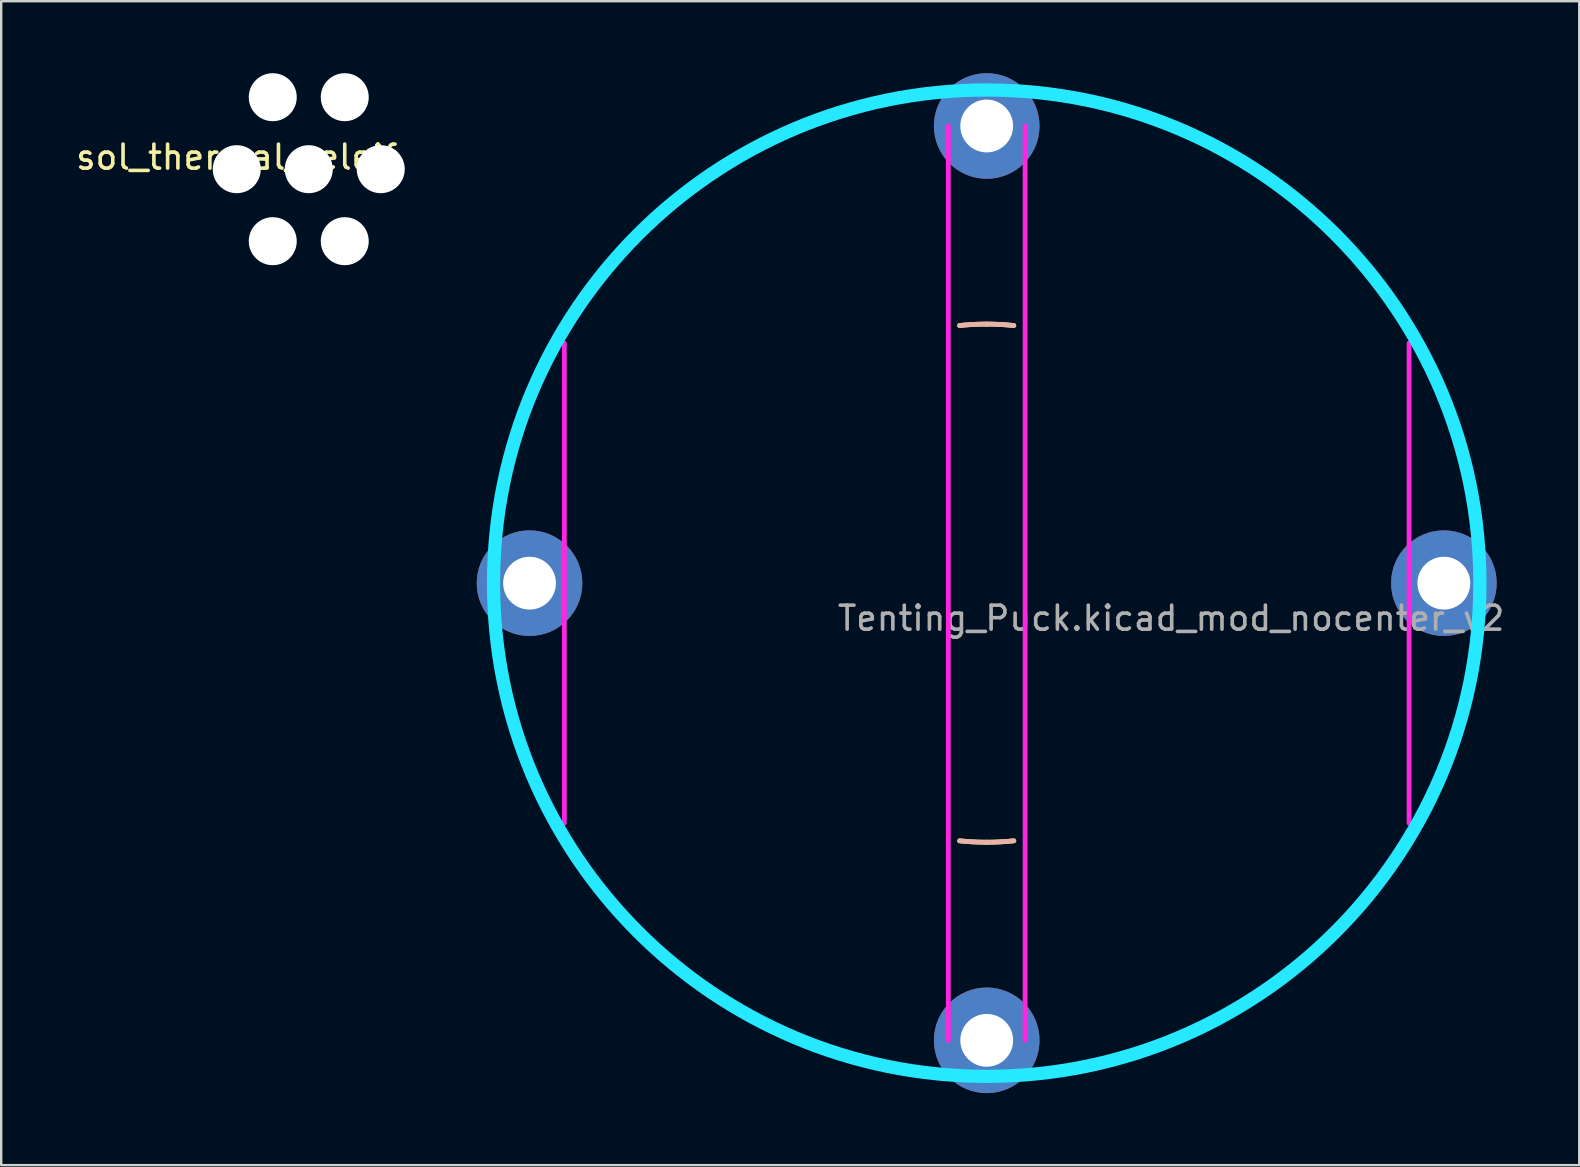
<source format=kicad_pcb>
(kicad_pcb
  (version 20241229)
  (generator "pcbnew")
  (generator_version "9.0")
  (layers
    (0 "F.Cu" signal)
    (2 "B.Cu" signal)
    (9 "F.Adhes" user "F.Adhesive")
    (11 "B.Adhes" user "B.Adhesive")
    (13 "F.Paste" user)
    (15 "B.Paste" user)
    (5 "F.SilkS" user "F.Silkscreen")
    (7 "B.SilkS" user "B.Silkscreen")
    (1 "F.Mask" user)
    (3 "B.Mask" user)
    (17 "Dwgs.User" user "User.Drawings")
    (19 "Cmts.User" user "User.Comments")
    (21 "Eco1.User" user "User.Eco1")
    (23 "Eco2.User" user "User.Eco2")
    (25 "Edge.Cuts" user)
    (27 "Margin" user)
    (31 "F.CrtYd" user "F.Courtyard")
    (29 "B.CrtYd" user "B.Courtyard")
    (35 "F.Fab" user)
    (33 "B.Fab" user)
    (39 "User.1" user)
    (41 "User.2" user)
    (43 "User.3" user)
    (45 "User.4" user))
  (footprint "sol_thermal_releif"
    (layer "F.Cu")
    (at 6.815 4)
    (property "Reference" "sol_thermal_releif" (at 0 -0.5 0) (unlocked yes) (layer "F.SilkS") (effects (font (size 1 1) (thickness 0.15))))
    (attr through_hole)
    (pad "" np_thru_hole circle (at 0 0) (size 2 2) (drill 2) (layers "*.Cu" "*.Mask"))
    (pad "" np_thru_hole circle (at 1.5 -3) (size 2 2) (drill 2) (layers "*.Cu" "*.Mask"))
    (pad "" np_thru_hole circle (at 1.5 3) (size 2 2) (drill 2) (layers "*.Cu" "*.Mask"))
    (pad "" np_thru_hole circle (at 3 0) (size 2 2) (drill 2) (layers "*.Cu" "*.Mask"))
    (pad "" np_thru_hole circle (at 4.5 -3) (size 2 2) (drill 2) (layers "*.Cu" "*.Mask"))
    (pad "" np_thru_hole circle (at 4.5 3) (size 2 2) (drill 2) (layers "*.Cu" "*.Mask"))
    (pad "" np_thru_hole circle (at 6 0) (size 2 2) (drill 2) (layers "*.Cu" "*.Mask")))
  (footprint "Tenting_Puck.kicad_mod_nocenter_v2"
    (layer "F.Cu")
    (at 38.065 21.25)
    (property "Reference" "Tenting_Puck.kicad_mod_nocenter_v2" (at 7.684 1.46 0) (layer "F.Fab") (effects (font (size 1 1) (thickness 0.15))))
    (attr through_hole)
    (fp_arc (start -20.32 -2.8575) (mid -19.91151 -4.959786) (end -19.286134 -7.008048) (stroke (width 0.2) (type solid)) (layer "F.SilkS"))
    (fp_arc (start -19.286134 7.008047) (mid -19.91151 4.959786) (end -20.32 2.8575) (stroke (width 0.2) (type solid)) (layer "F.SilkS"))
    (fp_arc (start -7.008048 -19.286134) (mid -4.959786 -19.91151) (end -2.8575 -20.32) (stroke (width 0.2) (type solid)) (layer "F.SilkS"))
    (fp_arc (start -2.8575 20.32) (mid -4.959785 19.91151) (end -7.008046 19.286135) (stroke (width 0.2) (type solid)) (layer "F.SilkS"))
    (fp_arc (start -1.128385 -10.735864) (mid -0.564967 -10.780206) (end 0 -10.795) (stroke (width 0.2) (type solid)) (layer "F.SilkS"))
    (fp_arc (start 0 -10.795) (mid 0.564967 -10.780206) (end 1.128385 -10.735864) (stroke (width 0.2) (type solid)) (layer "F.SilkS"))
    (fp_arc (start 0 10.795) (mid -0.564967 10.780206) (end -1.128385 10.735864) (stroke (width 0.2) (type solid)) (layer "F.SilkS"))
    (fp_arc (start 1.128385 10.735864) (mid 0.564967 10.780206) (end 0 10.795) (stroke (width 0.2) (type solid)) (layer "F.SilkS"))
    (fp_arc (start 2.8575 -20.32) (mid 4.959786 -19.91151) (end 7.008047 -19.286134) (stroke (width 0.2) (type solid)) (layer "F.SilkS"))
    (fp_arc (start 7.008047 19.286134) (mid 4.959786 19.91151) (end 2.8575 20.32) (stroke (width 0.2) (type solid)) (layer "F.SilkS"))
    (fp_arc (start 19.286135 -7.008045) (mid 19.91151 -4.959785) (end 20.32 -2.8575) (stroke (width 0.2) (type solid)) (layer "F.SilkS"))
    (fp_arc (start 20.32 2.8575) (mid 19.91151 4.959785) (end 19.286135 7.008046) (stroke (width 0.2) (type solid)) (layer "F.SilkS"))
    (fp_arc (start -20.32 -2.8575) (mid -19.91151 -4.959784) (end -19.286136 -7.008044) (stroke (width 0.2) (type solid)) (layer "B.SilkS"))
    (fp_arc (start -19.286135 7.008046) (mid -19.91151 4.959785) (end -20.32 2.8575) (stroke (width 0.2) (type solid)) (layer "B.SilkS"))
    (fp_arc (start -7.008046 -19.286135) (mid -4.959785 -19.91151) (end -2.8575 -20.32) (stroke (width 0.2) (type solid)) (layer "B.SilkS"))
    (fp_arc (start -2.8575 20.32) (mid -4.959785 19.91151) (end -7.008045 19.286135) (stroke (width 0.2) (type solid)) (layer "B.SilkS"))
    (fp_arc (start -1.128385 -10.735864) (mid -0.564967 -10.780206) (end 0 -10.795) (stroke (width 0.2) (type solid)) (layer "B.SilkS"))
    (fp_arc (start 0 -10.795) (mid 0.564967 -10.780206) (end 1.128385 -10.735864) (stroke (width 0.2) (type solid)) (layer "B.SilkS"))
    (fp_arc (start 0 10.795) (mid -0.564967 10.780206) (end -1.128385 10.735864) (stroke (width 0.2) (type solid)) (layer "B.SilkS"))
    (fp_arc (start 1.128385 10.735864) (mid 0.564967 10.780206) (end 0 10.795) (stroke (width 0.2) (type solid)) (layer "B.SilkS"))
    (fp_arc (start 2.8575 -20.32) (mid 4.959787 -19.91151) (end 7.008049 -19.286134) (stroke (width 0.2) (type solid)) (layer "B.SilkS"))
    (fp_arc (start 7.008045 19.286135) (mid 4.959785 19.91151) (end 2.8575 20.32) (stroke (width 0.2) (type solid)) (layer "B.SilkS"))
    (fp_arc (start 19.286134 -7.008048) (mid 19.91151 -4.959786) (end 20.32 -2.8575) (stroke (width 0.2) (type solid)) (layer "B.SilkS"))
    (fp_arc (start 20.32 2.8575) (mid 19.91151 4.959786) (end 19.286134 7.008048) (stroke (width 0.2) (type solid)) (layer "B.SilkS"))
    (fp_circle (center 0 0) (end 20.55 0) (stroke (width 0.55) (type solid)) (fill no) (layer "B.CrtYd"))
    (fp_line (start -17.6 10) (end -17.6 -10) (stroke (width 0.2) (type solid)) (layer "F.CrtYd"))
    (fp_line (start -1.6 19.05) (end -1.6 -19.05) (stroke (width 0.2) (type solid)) (layer "F.CrtYd"))
    (fp_line (start 1.6 19.05) (end 1.6 -19.05) (stroke (width 0.2) (type solid)) (layer "F.CrtYd"))
    (fp_line (start 17.6 10) (end 17.6 -10) (stroke (width 0.2) (type solid)) (layer "F.CrtYd"))
    (fp_circle (center -19.05 0) (end -17 0) (stroke (width 0.12) (type default)) (fill no) (layer "User.4"))
    (fp_circle (center 0 -19.05) (end 2.05 -19.05) (stroke (width 0.12) (type default)) (fill no) (layer "User.4"))
    (fp_circle (center 0 19.05) (end 2.05 19.05) (stroke (width 0.12) (type default)) (fill no) (layer "User.4"))
    (fp_circle (center 19.05 0) (end 21.1 0) (stroke (width 0.12) (type default)) (fill no) (layer "User.4"))
    (fp_circle (center 0 0) (end 20.55 0) (stroke (width 0.1) (type solid)) (fill no) (layer "User.9"))
    (pad "1" thru_hole circle (at -19.05 0) (size 4.4 4.4) (drill 2.2) (layers "*.Cu" "*.Mask"))
    (pad "1" thru_hole circle (at 0 -19.05) (size 4.4 4.4) (drill 2.2) (layers "*.Cu" "*.Mask"))
    (pad "1" thru_hole circle (at 0 19.05) (size 4.4 4.4) (drill 2.2) (layers "*.Cu" "*.Mask"))
    (pad "1" thru_hole circle (at 19.05 0) (size 4.4 4.4) (drill 2.2) (layers "*.Cu" "*.Mask")))
  (gr_rect
    (start -3 -3)
    (end 62.755 45.5)
    (stroke (width 0.1) (type default))
    (fill no)
    (layer "Edge.Cuts")))
</source>
